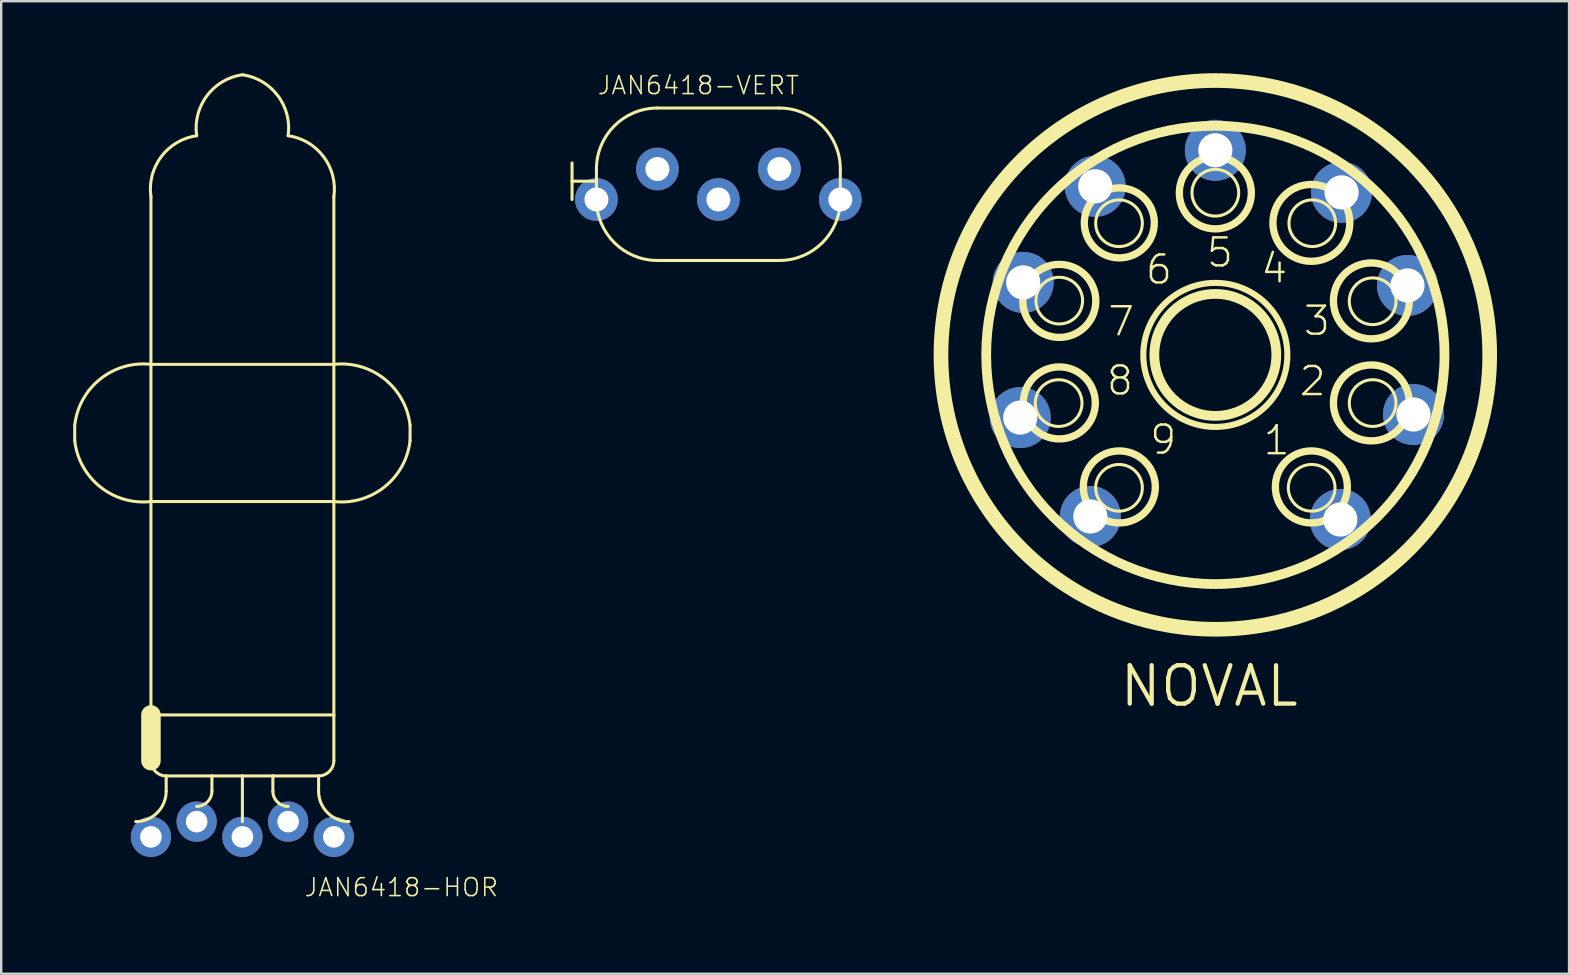
<source format=kicad_pcb>
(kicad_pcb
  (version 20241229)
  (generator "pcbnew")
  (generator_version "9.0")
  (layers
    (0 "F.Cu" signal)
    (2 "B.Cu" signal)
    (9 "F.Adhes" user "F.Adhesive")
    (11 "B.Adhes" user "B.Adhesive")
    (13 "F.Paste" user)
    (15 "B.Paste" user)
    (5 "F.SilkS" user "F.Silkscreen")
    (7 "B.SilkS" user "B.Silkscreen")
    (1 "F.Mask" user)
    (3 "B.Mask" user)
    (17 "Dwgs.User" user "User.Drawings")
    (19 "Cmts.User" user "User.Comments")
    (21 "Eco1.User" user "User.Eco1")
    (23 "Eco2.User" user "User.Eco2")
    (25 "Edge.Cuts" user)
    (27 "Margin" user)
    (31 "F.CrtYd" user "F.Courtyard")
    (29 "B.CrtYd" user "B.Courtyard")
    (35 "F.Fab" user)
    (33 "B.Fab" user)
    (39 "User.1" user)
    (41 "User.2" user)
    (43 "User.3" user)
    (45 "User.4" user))
  (footprint "JAN6418-HOR"
    (layer "F.Cu")
    (at 7.048 30.544)
    (property "Reference" "JAN6418-HOR" (at 2.54 3.81 0) (layer "F.SilkS") (effects (font (size 0.748 0.748) (thickness 0.065)) (justify left bottom)))
    (fp_line (start -6.985 -15.875) (end -6.985 -15.24) (stroke (width 0.127) (type solid)) (layer "F.SilkS"))
    (fp_line (start -3.81 -18.415) (end -3.81 -25.4) (stroke (width 0.127) (type solid)) (layer "F.SilkS"))
    (fp_line (start -3.81 -12.7) (end -3.81 -18.415) (stroke (width 0.127) (type solid)) (layer "F.SilkS"))
    (fp_line (start -3.81 -12.7) (end 3.81 -12.7) (stroke (width 0.127) (type solid)) (layer "F.SilkS"))
    (fp_line (start -3.81 -3.81) (end -3.81 -12.7) (stroke (width 0.127) (type solid)) (layer "F.SilkS"))
    (fp_line (start -3.81 -3.81) (end 3.81 -3.81) (stroke (width 0.127) (type solid)) (layer "F.SilkS"))
    (fp_line (start -3.81 -1.905) (end -3.81 -3.81) (stroke (width 0.813) (type solid)) (layer "F.SilkS"))
    (fp_line (start -3.175 -1.27) (end -3.175 -0.635) (stroke (width 0.127) (type solid)) (layer "F.SilkS"))
    (fp_line (start -3.175 -1.27) (end -1.27 -1.27) (stroke (width 0.127) (type solid)) (layer "F.SilkS"))
    (fp_line (start -1.27 -1.27) (end -1.27 -0.635) (stroke (width 0.127) (type solid)) (layer "F.SilkS"))
    (fp_line (start -1.27 -1.27) (end 0 -1.27) (stroke (width 0.127) (type solid)) (layer "F.SilkS"))
    (fp_line (start 0 -1.27) (end 1.27 -1.27) (stroke (width 0.127) (type solid)) (layer "F.SilkS"))
    (fp_line (start 0 0.635) (end 0 -1.27) (stroke (width 0.127) (type solid)) (layer "F.SilkS"))
    (fp_line (start 1.27 -1.27) (end 1.27 -0.635) (stroke (width 0.127) (type solid)) (layer "F.SilkS"))
    (fp_line (start 1.27 -1.27) (end 3.175 -1.27) (stroke (width 0.127) (type solid)) (layer "F.SilkS"))
    (fp_line (start 3.175 -1.27) (end 3.175 -0.635) (stroke (width 0.127) (type solid)) (layer "F.SilkS"))
    (fp_line (start 3.81 -18.415) (end -3.81 -18.415) (stroke (width 0.127) (type solid)) (layer "F.SilkS"))
    (fp_line (start 3.81 -18.415) (end 3.81 -25.4) (stroke (width 0.127) (type solid)) (layer "F.SilkS"))
    (fp_line (start 3.81 -12.7) (end 3.81 -18.415) (stroke (width 0.127) (type solid)) (layer "F.SilkS"))
    (fp_line (start 3.81 -3.81) (end 3.81 -12.7) (stroke (width 0.127) (type solid)) (layer "F.SilkS"))
    (fp_line (start 3.81 -1.905) (end 3.81 -3.81) (stroke (width 0.127) (type solid)) (layer "F.SilkS"))
    (fp_line (start 6.985 -15.24) (end 6.985 -15.875) (stroke (width 0.127) (type solid)) (layer "F.SilkS"))
    (fp_arc (start -6.985 -15.875) (mid -5.923551 -17.802564) (end -3.81 -18.415) (stroke (width 0.127) (type solid)) (layer "F.SilkS"))
    (fp_arc (start -3.81 -25.4) (mid -3.383551 -27.064539) (end -1.904999 -27.940001) (stroke (width 0.127) (type solid)) (layer "F.SilkS"))
    (fp_arc (start -3.81 -12.7) (mid -5.923551 -13.312436) (end -6.985 -15.24) (stroke (width 0.127) (type solid)) (layer "F.SilkS"))
    (fp_arc (start -3.175 -1.27) (mid -3.624013 -1.455987) (end -3.81 -1.905) (stroke (width 0.127) (type solid)) (layer "F.SilkS"))
    (fp_arc (start -3.175 -0.635) (mid -3.546974 0.263026) (end -4.445 0.635) (stroke (width 0.127) (type solid)) (layer "F.SilkS"))
    (fp_arc (start -1.905 -27.94) (mid -1.478551 -29.604538) (end 0 -30.48) (stroke (width 0.127) (type solid)) (layer "F.SilkS"))
    (fp_arc (start -1.27 -0.635) (mid -1.455987 -0.185987) (end -1.905 0) (stroke (width 0.127) (type solid)) (layer "F.SilkS"))
    (fp_arc (start 0 -30.48) (mid 1.478551 -29.604538) (end 1.905 -27.94) (stroke (width 0.127) (type solid)) (layer "F.SilkS"))
    (fp_arc (start 1.904999 -27.940001) (mid 3.383551 -27.064539) (end 3.81 -25.4) (stroke (width 0.127) (type solid)) (layer "F.SilkS"))
    (fp_arc (start 1.905 0) (mid 1.455987 -0.185987) (end 1.27 -0.635) (stroke (width 0.127) (type solid)) (layer "F.SilkS"))
    (fp_arc (start 3.81 -18.415) (mid 5.923551 -17.802564) (end 6.985 -15.875) (stroke (width 0.127) (type solid)) (layer "F.SilkS"))
    (fp_arc (start 3.81 -1.905) (mid 3.624013 -1.455987) (end 3.175 -1.27) (stroke (width 0.127) (type solid)) (layer "F.SilkS"))
    (fp_arc (start 4.445 0.635) (mid 3.546974 0.263026) (end 3.175 -0.635) (stroke (width 0.127) (type solid)) (layer "F.SilkS"))
    (fp_arc (start 6.985 -15.24) (mid 5.923551 -13.312436) (end 3.81 -12.7) (stroke (width 0.127) (type solid)) (layer "F.SilkS"))
    (pad "1" thru_hole circle (at -3.81 1.27) (size 1.676 1.676) (drill 0.9) (layers "*.Cu" "*.Mask"))
    (pad "2" thru_hole circle (at -1.905 0.635) (size 1.676 1.676) (drill 0.9) (layers "*.Cu" "*.Mask"))
    (pad "3" thru_hole circle (at 0 1.27) (size 1.676 1.676) (drill 0.9) (layers "*.Cu" "*.Mask"))
    (pad "4" thru_hole circle (at 1.905 0.635) (size 1.676 1.676) (drill 0.9) (layers "*.Cu" "*.Mask"))
    (pad "5" thru_hole circle (at 3.81 1.27) (size 1.676 1.676) (drill 0.9) (layers "*.Cu" "*.Mask")))
  (footprint "JAN6418-VERT"
    (layer "F.Cu")
    (at 26.877 3.991)
    (property "Reference" "JAN6418-VERT" (at -5.08 -3.048 0) (layer "F.SilkS") (effects (font (size 0.748 0.748) (thickness 0.065)) (justify left bottom)))
    (fp_line (start -6.096 0.508) (end -6.096 -0.254) (stroke (width 0.127) (type solid)) (layer "F.SilkS"))
    (fp_line (start -6.096 0.508) (end -5.08 0.508) (stroke (width 0.127) (type solid)) (layer "F.SilkS"))
    (fp_line (start -6.096 1.27) (end -6.096 0.508) (stroke (width 0.127) (type solid)) (layer "F.SilkS"))
    (fp_line (start -5.08 0.508) (end -5.08 0) (stroke (width 0.127) (type solid)) (layer "F.SilkS"))
    (fp_line (start -5.08 1.27) (end -5.08 0.508) (stroke (width 0.127) (type solid)) (layer "F.SilkS"))
    (fp_line (start -2.54 -2.54) (end 2.54 -2.54) (stroke (width 0.127) (type solid)) (layer "F.SilkS"))
    (fp_line (start 2.54 3.81) (end -2.54 3.81) (stroke (width 0.127) (type solid)) (layer "F.SilkS"))
    (fp_line (start 5.08 0) (end 5.08 1.27) (stroke (width 0.127) (type solid)) (layer "F.SilkS"))
    (fp_arc (start -5.08 0) (mid -4.336051 -1.796051) (end -2.54 -2.54) (stroke (width 0.127) (type solid)) (layer "F.SilkS"))
    (fp_arc (start -2.54 3.81) (mid -4.336052 3.066051) (end -5.080001 1.269999) (stroke (width 0.127) (type solid)) (layer "F.SilkS"))
    (fp_arc (start 2.54 -2.54) (mid 4.336051 -1.796051) (end 5.08 0) (stroke (width 0.127) (type solid)) (layer "F.SilkS"))
    (fp_arc (start 5.08 1.27) (mid 4.336051 3.066051) (end 2.539999 3.809999) (stroke (width 0.127) (type solid)) (layer "F.SilkS"))
    (pad "1" thru_hole circle (at -5.08 1.27) (size 1.778 1.778) (drill 1) (layers "*.Cu" "*.Mask"))
    (pad "2" thru_hole circle (at -2.54 0) (size 1.778 1.778) (drill 1) (layers "*.Cu" "*.Mask"))
    (pad "3" thru_hole circle (at 0 1.27) (size 1.778 1.778) (drill 1) (layers "*.Cu" "*.Mask"))
    (pad "4" thru_hole circle (at 2.54 0) (size 1.778 1.778) (drill 1) (layers "*.Cu" "*.Mask"))
    (pad "5" thru_hole circle (at 5.08 1.27) (size 1.778 1.778) (drill 1) (layers "*.Cu" "*.Mask")))
  (footprint "NOVAL"
    (layer "F.Cu")
    (at 47.58 11.735)
    (property "Reference" "NOVAL" (at -4.064 14.732 0) (layer "F.SilkS") (effects (font (size 1.6 1.6) (thickness 0.178)) (justify left bottom)))
    (fp_circle (center -6.528 2.007) (end -5.555 2.007) (stroke (width 0.127) (type solid)) (fill no) (layer "F.SilkS"))
    (fp_circle (center -6.502 -2.261) (end -5.53 -2.261) (stroke (width 0.127) (type solid)) (fill no) (layer "F.SilkS"))
    (fp_circle (center -6.5 -2.25) (end -4.979 -2.25) (stroke (width 0.305) (type solid)) (fill no) (layer "F.SilkS"))
    (fp_circle (center -6.5 2) (end -5 2) (stroke (width 0.305) (type solid)) (fill no) (layer "F.SilkS"))
    (fp_circle (center -4.013 -5.486) (end -3.041 -5.486) (stroke (width 0.127) (type solid)) (fill no) (layer "F.SilkS"))
    (fp_circle (center -4.013 5.537) (end -3.041 5.537) (stroke (width 0.127) (type solid)) (fill no) (layer "F.SilkS"))
    (fp_circle (center -4 -5.5) (end -2.542 -5.5) (stroke (width 0.305) (type solid)) (fill no) (layer "F.SilkS"))
    (fp_circle (center -4 5.5) (end -2.5 5.5) (stroke (width 0.305) (type solid)) (fill no) (layer "F.SilkS"))
    (fp_circle (center 0 -6.756) (end 0.973 -6.756) (stroke (width 0.127) (type solid)) (fill no) (layer "F.SilkS"))
    (fp_circle (center 0 -6.75) (end 1.5 -6.75) (stroke (width 0.305) (type solid)) (fill no) (layer "F.SilkS"))
    (fp_circle (center 0 0) (end 2.54 0) (stroke (width 0.406) (type solid)) (fill no) (layer "F.SilkS"))
    (fp_circle (center 0 0) (end 3 0) (stroke (width 0.254) (type solid)) (fill no) (layer "F.SilkS"))
    (fp_circle (center 0 0) (end 9.546 0) (stroke (width 0.406) (type solid)) (fill no) (layer "F.SilkS"))
    (fp_circle (center 0 0) (end 11.43 0) (stroke (width 0.61) (type solid)) (fill no) (layer "F.SilkS"))
    (fp_circle (center 4 -5.5) (end 5.601 -5.5) (stroke (width 0.305) (type solid)) (fill no) (layer "F.SilkS"))
    (fp_circle (center 4 5.5) (end 5.5 5.5) (stroke (width 0.305) (type solid)) (fill no) (layer "F.SilkS"))
    (fp_circle (center 4.013 5.537) (end 4.986 5.537) (stroke (width 0.127) (type solid)) (fill no) (layer "F.SilkS"))
    (fp_circle (center 4.039 -5.486) (end 5.011 -5.486) (stroke (width 0.127) (type solid)) (fill no) (layer "F.SilkS"))
    (fp_circle (center 6.5 -2.25) (end 8.081 -2.25) (stroke (width 0.305) (type solid)) (fill no) (layer "F.SilkS"))
    (fp_circle (center 6.5 2) (end 8.081 2) (stroke (width 0.305) (type solid)) (fill no) (layer "F.SilkS"))
    (fp_circle (center 6.553 -2.235) (end 7.526 -2.235) (stroke (width 0.127) (type solid)) (fill no) (layer "F.SilkS"))
    (fp_circle (center 6.553 2.007) (end 7.526 2.007) (stroke (width 0.127) (type solid)) (fill no) (layer "F.SilkS"))
    (fp_text user "9" (at -2.794 4.216 0) (layer "F.SilkS") (effects (font (size 1.168 1.168) (thickness 0.102)) (justify left bottom)))
    (fp_text user "2" (at 3.429 1.778 0) (layer "F.SilkS") (effects (font (size 1.168 1.168) (thickness 0.102)) (justify left bottom)))
    (fp_text user "4" (at 1.829 -2.921 0) (layer "F.SilkS") (effects (font (size 1.168 1.168) (thickness 0.102)) (justify left bottom)))
    (fp_text user "1" (at 1.93 4.242 0) (layer "F.SilkS") (effects (font (size 1.168 1.168) (thickness 0.102)) (justify left bottom)))
    (fp_text user "8" (at -4.597 1.753 0) (layer "F.SilkS") (effects (font (size 1.168 1.168) (thickness 0.102)) (justify left bottom)))
    (fp_text user "3" (at 3.607 -0.737 0) (layer "F.SilkS") (effects (font (size 1.168 1.168) (thickness 0.102)) (justify left bottom)))
    (fp_text user "7" (at -4.547 -0.711 0) (layer "F.SilkS") (effects (font (size 1.168 1.168) (thickness 0.102)) (justify left bottom)))
    (fp_text user "5" (at -0.432 -3.581 0) (layer "F.SilkS") (effects (font (size 1.168 1.168) (thickness 0.102)) (justify left bottom)))
    (fp_text user "6" (at -2.972 -2.87 0) (layer "F.SilkS") (effects (font (size 1.168 1.168) (thickness 0.102)) (justify left bottom)))
    (pad "1" thru_hole circle (at 5.207 6.858) (size 2.54 2.54) (drill 1.422) (layers "*.Cu" "*.Mask"))
    (pad "2" thru_hole circle (at 8.254 2.484) (size 2.54 2.54) (drill 1.422) (layers "*.Cu" "*.Mask"))
    (pad "3" thru_hole circle (at 8.004 -2.893) (size 2.54 2.54) (drill 1.422) (layers "*.Cu" "*.Mask"))
    (pad "4" thru_hole circle (at 5.258 -6.77) (size 2.54 2.54) (drill 1.422) (layers "*.Cu" "*.Mask"))
    (pad "5" thru_hole circle (at 0 -8.524) (size 2.54 2.54) (drill 1.422) (layers "*.Cu" "*.Mask"))
    (pad "6" thru_hole circle (at -5.004 -7.024) (size 2.54 2.54) (drill 1.422) (layers "*.Cu" "*.Mask"))
    (pad "7" thru_hole circle (at -8.004 -3.02) (size 2.54 2.54) (drill 1.422) (layers "*.Cu" "*.Mask"))
    (pad "8" thru_hole circle (at -8.127 2.611) (size 2.54 2.54) (drill 1.422) (layers "*.Cu" "*.Mask"))
    (pad "9" thru_hole circle (at -5.207 6.731) (size 2.54 2.54) (drill 1.422) (layers "*.Cu" "*.Mask")))
  (gr_rect
    (start -3 -3)
    (end 62.315 37.514)
    (stroke (width 0.1) (type default))
    (fill no)
    (layer "Edge.Cuts")))
</source>
